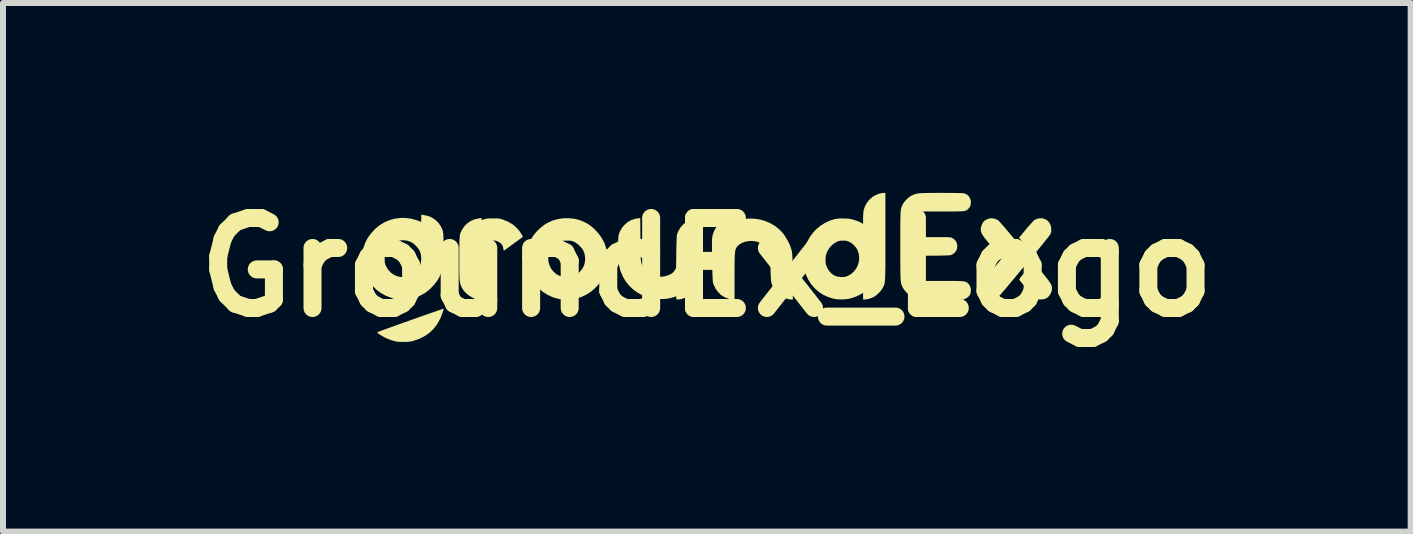
<source format=kicad_pcb>
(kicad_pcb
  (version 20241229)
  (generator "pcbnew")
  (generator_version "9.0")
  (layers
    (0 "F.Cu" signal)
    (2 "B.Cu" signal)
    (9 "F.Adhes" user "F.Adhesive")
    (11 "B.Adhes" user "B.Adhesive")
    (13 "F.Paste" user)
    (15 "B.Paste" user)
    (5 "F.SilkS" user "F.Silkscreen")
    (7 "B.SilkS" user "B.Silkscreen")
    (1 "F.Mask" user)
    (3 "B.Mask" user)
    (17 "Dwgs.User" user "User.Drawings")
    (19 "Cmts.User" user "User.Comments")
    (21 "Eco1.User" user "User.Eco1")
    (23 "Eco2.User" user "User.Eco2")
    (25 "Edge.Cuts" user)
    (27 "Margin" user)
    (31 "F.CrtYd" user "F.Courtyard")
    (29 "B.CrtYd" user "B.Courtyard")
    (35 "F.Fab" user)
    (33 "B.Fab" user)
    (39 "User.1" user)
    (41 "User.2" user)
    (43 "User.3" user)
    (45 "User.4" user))
  (footprint "GroundEx_Logo"
    (layer "F.Cu")
    (at 8.729 1.404)
    (property "Reference" "GroundEx_Logo" (at 0 0 0) (layer "F.SilkS") (effects (font (size 1.5 1.5) (thickness 0.3))))
    (attr board_only exclude_from_pos_files exclude_from_bom)
    (fp_poly (pts (xy 5.582 0.081) (xy 5.626 0.134) (xy 5.661 0.178) (xy 5.69 0.215) (xy 5.711 0.245) (xy 5.727 0.27) (xy 5.739 0.292) (xy 5.746 0.311) (xy 5.749 0.33) (xy 5.751 0.348) (xy 5.751 0.355) (xy 5.745 0.399) (xy 5.728 0.441) (xy 5.703 0.478) (xy 5.671 0.508) (xy 5.636 0.526) (xy 5.603 0.534) (xy 5.566 0.536) (xy 5.531 0.534) (xy 5.506 0.528) (xy 5.488 0.52) (xy 5.472 0.511) (xy 5.454 0.498) (xy 5.435 0.48) (xy 5.412 0.456) (xy 5.385 0.425) (xy 5.351 0.385) (xy 5.332 0.362) (xy 5.301 0.325) (xy 5.273 0.291) (xy 5.249 0.261) (xy 5.229 0.237) (xy 5.216 0.221) (xy 5.212 0.216) (xy 5.208 0.211) (xy 5.207 0.206) (xy 5.208 0.199) (xy 5.212 0.19) (xy 5.221 0.177) (xy 5.235 0.158) (xy 5.256 0.132) (xy 5.283 0.099) (xy 5.319 0.056) (xy 5.32 0.055) (xy 5.44 -0.09)) (stroke (width 0) (type solid)) (fill yes) (layer "F.SilkS"))
    (fp_poly (pts (xy 5.619 -0.809) (xy 5.66 -0.79) (xy 5.693 -0.76) (xy 5.719 -0.722) (xy 5.735 -0.677) (xy 5.74 -0.63) (xy 5.738 -0.597) (xy 5.733 -0.571) (xy 5.724 -0.552) (xy 5.717 -0.54) (xy 5.702 -0.52) (xy 5.682 -0.494) (xy 5.657 -0.463) (xy 5.629 -0.428) (xy 5.599 -0.391) (xy 5.569 -0.353) (xy 5.539 -0.317) (xy 5.511 -0.283) (xy 5.486 -0.254) (xy 5.465 -0.23) (xy 5.451 -0.214) (xy 5.443 -0.207) (xy 5.442 -0.207) (xy 5.436 -0.212) (xy 5.424 -0.226) (xy 5.405 -0.247) (xy 5.383 -0.273) (xy 5.368 -0.291) (xy 5.339 -0.326) (xy 5.308 -0.363) (xy 5.279 -0.398) (xy 5.255 -0.428) (xy 5.25 -0.434) (xy 5.202 -0.493) (xy 5.316 -0.63) (xy 5.348 -0.669) (xy 5.38 -0.704) (xy 5.408 -0.736) (xy 5.431 -0.761) (xy 5.449 -0.779) (xy 5.458 -0.787) (xy 5.482 -0.8) (xy 5.51 -0.81) (xy 5.524 -0.814) (xy 5.573 -0.818)) (stroke (width 0) (type solid)) (fill yes) (layer "F.SilkS"))
    (fp_poly (pts (xy -4.389 0.701) (xy -4.394 0.722) (xy -4.402 0.749) (xy -4.413 0.78) (xy -4.425 0.813) (xy -4.438 0.844) (xy -4.45 0.87) (xy -4.45 0.87) (xy -4.499 0.955) (xy -4.556 1.028) (xy -4.623 1.092) (xy -4.699 1.145) (xy -4.785 1.189) (xy -4.88 1.223) (xy -4.909 1.231) (xy -4.937 1.237) (xy -4.967 1.24) (xy -5.004 1.243) (xy -5.038 1.244) (xy -5.099 1.244) (xy -5.148 1.241) (xy -5.179 1.237) (xy -5.262 1.214) (xy -5.342 1.182) (xy -5.372 1.167) (xy -5.404 1.149) (xy -5.434 1.131) (xy -5.46 1.114) (xy -5.48 1.1) (xy -5.491 1.089) (xy -5.493 1.083) (xy -5.486 1.08) (xy -5.467 1.072) (xy -5.437 1.061) (xy -5.398 1.047) (xy -5.35 1.029) (xy -5.296 1.009) (xy -5.235 0.988) (xy -5.17 0.964) (xy -5.1 0.939) (xy -5.029 0.914) (xy -4.956 0.888) (xy -4.883 0.862) (xy -4.81 0.836) (xy -4.74 0.811) (xy -4.673 0.788) (xy -4.61 0.766) (xy -4.553 0.746) (xy -4.502 0.728) (xy -4.46 0.714) (xy -4.426 0.702) (xy -4.402 0.694) (xy -4.39 0.691) (xy -4.388 0.691)) (stroke (width 0) (type solid)) (fill yes) (layer "F.SilkS"))
    (fp_poly (pts (xy 4.792 -0.811) (xy 4.841 -0.791) (xy 4.846 -0.788) (xy 4.856 -0.781) (xy 4.871 -0.766) (xy 4.892 -0.744) (xy 4.918 -0.714) (xy 4.952 -0.676) (xy 4.992 -0.628) (xy 5.04 -0.571) (xy 5.096 -0.504) (xy 5.12 -0.475) (xy 5.166 -0.42) (xy 5.209 -0.367) (xy 5.249 -0.318) (xy 5.285 -0.274) (xy 5.316 -0.236) (xy 5.341 -0.204) (xy 5.359 -0.18) (xy 5.37 -0.166) (xy 5.372 -0.162) (xy 5.375 -0.139) (xy 5.37 -0.124) (xy 5.364 -0.115) (xy 5.35 -0.096) (xy 5.329 -0.069) (xy 5.302 -0.035) (xy 5.27 0.005) (xy 5.234 0.049) (xy 5.195 0.096) (xy 5.154 0.146) (xy 5.111 0.197) (xy 5.069 0.247) (xy 5.028 0.296) (xy 4.989 0.343) (xy 4.953 0.386) (xy 4.92 0.423) (xy 4.893 0.455) (xy 4.871 0.479) (xy 4.857 0.495) (xy 4.851 0.501) (xy 4.812 0.522) (xy 4.767 0.535) (xy 4.72 0.537) (xy 4.675 0.528) (xy 4.675 0.527) (xy 4.632 0.505) (xy 4.598 0.473) (xy 4.574 0.433) (xy 4.561 0.386) (xy 4.559 0.355) (xy 4.56 0.337) (xy 4.562 0.32) (xy 4.566 0.303) (xy 4.572 0.286) (xy 4.583 0.266) (xy 4.598 0.242) (xy 4.619 0.214) (xy 4.645 0.18) (xy 4.679 0.138) (xy 4.72 0.088) (xy 4.746 0.056) (xy 4.911 -0.145) (xy 4.755 -0.332) (xy 4.71 -0.387) (xy 4.671 -0.436) (xy 4.637 -0.478) (xy 4.611 -0.513) (xy 4.592 -0.54) (xy 4.582 -0.557) (xy 4.582 -0.558) (xy 4.566 -0.602) (xy 4.564 -0.645) (xy 4.574 -0.69) (xy 4.588 -0.722) (xy 4.602 -0.748) (xy 4.617 -0.767) (xy 4.635 -0.782) (xy 4.648 -0.79) (xy 4.695 -0.811) (xy 4.743 -0.818)) (stroke (width 0) (type solid)) (fill yes) (layer "F.SilkS"))
    (fp_poly (pts (xy -3.759 -0.818) (xy -3.754 -0.814) (xy -3.754 -0.805) (xy -3.754 -0.804) (xy -3.754 -0.787) (xy -3.707 -0.801) (xy -3.684 -0.807) (xy -3.66 -0.811) (xy -3.631 -0.814) (xy -3.594 -0.815) (xy -3.561 -0.815) (xy -3.52 -0.815) (xy -3.489 -0.814) (xy -3.465 -0.812) (xy -3.444 -0.808) (xy -3.423 -0.803) (xy -3.402 -0.796) (xy -3.318 -0.762) (xy -3.245 -0.721) (xy -3.182 -0.67) (xy -3.128 -0.611) (xy -3.092 -0.557) (xy -3.079 -0.534) (xy -3.07 -0.517) (xy -3.066 -0.508) (xy -3.066 -0.507) (xy -3.072 -0.503) (xy -3.088 -0.491) (xy -3.111 -0.474) (xy -3.142 -0.451) (xy -3.178 -0.425) (xy -3.219 -0.396) (xy -3.226 -0.39) (xy -3.384 -0.275) (xy -3.393 -0.318) (xy -3.4 -0.344) (xy -3.408 -0.367) (xy -3.415 -0.379) (xy -3.44 -0.405) (xy -3.474 -0.426) (xy -3.512 -0.441) (xy -3.53 -0.445) (xy -3.585 -0.446) (xy -3.633 -0.434) (xy -3.675 -0.411) (xy -3.709 -0.376) (xy -3.734 -0.334) (xy -3.75 -0.3) (xy -3.752 0.119) (xy -3.754 0.537) (xy -3.783 0.537) (xy -3.807 0.535) (xy -3.836 0.53) (xy -3.849 0.526) (xy -3.907 0.505) (xy -3.963 0.472) (xy -4.014 0.431) (xy -4.056 0.384) (xy -4.083 0.339) (xy -4.092 0.321) (xy -4.1 0.304) (xy -4.106 0.288) (xy -4.111 0.269) (xy -4.115 0.249) (xy -4.119 0.224) (xy -4.121 0.194) (xy -4.123 0.158) (xy -4.124 0.114) (xy -4.125 0.061) (xy -4.125 -0.002) (xy -4.125 -0.077) (xy -4.125 -0.141) (xy -4.125 -0.226) (xy -4.125 -0.298) (xy -4.124 -0.359) (xy -4.124 -0.41) (xy -4.122 -0.452) (xy -4.12 -0.487) (xy -4.118 -0.515) (xy -4.114 -0.539) (xy -4.11 -0.559) (xy -4.104 -0.576) (xy -4.097 -0.592) (xy -4.089 -0.609) (xy -4.083 -0.622) (xy -4.044 -0.681) (xy -3.995 -0.73) (xy -3.938 -0.77) (xy -3.873 -0.798) (xy -3.802 -0.815) (xy -3.793 -0.816) (xy -3.771 -0.819)) (stroke (width 0) (type solid)) (fill yes) (layer "F.SilkS"))
    (fp_poly (pts (xy -2.211 -0.809) (xy -2.124 -0.788) (xy -2.055 -0.761) (xy -2.004 -0.735) (xy -1.957 -0.706) (xy -1.912 -0.67) (xy -1.864 -0.627) (xy -1.799 -0.556) (xy -1.747 -0.481) (xy -1.706 -0.401) (xy -1.676 -0.312) (xy -1.672 -0.298) (xy -1.662 -0.24) (xy -1.657 -0.174) (xy -1.657 -0.105) (xy -1.663 -0.039) (xy -1.674 0.021) (xy -1.675 0.028) (xy -1.704 0.115) (xy -1.741 0.193) (xy -1.789 0.265) (xy -1.85 0.334) (xy -1.852 0.337) (xy -1.926 0.402) (xy -2.006 0.454) (xy -2.092 0.495) (xy -2.184 0.523) (xy -2.199 0.526) (xy -2.238 0.532) (xy -2.286 0.535) (xy -2.338 0.536) (xy -2.39 0.535) (xy -2.437 0.532) (xy -2.475 0.526) (xy -2.565 0.5) (xy -2.651 0.461) (xy -2.731 0.411) (xy -2.803 0.352) (xy -2.867 0.283) (xy -2.92 0.206) (xy -2.944 0.162) (xy -2.973 0.096) (xy -2.994 0.032) (xy -3.006 -0.036) (xy -3.011 -0.11) (xy -3.012 -0.138) (xy -3.011 -0.151) (xy -2.643 -0.151) (xy -2.639 -0.09) (xy -2.622 -0.031) (xy -2.594 0.024) (xy -2.554 0.074) (xy -2.503 0.118) (xy -2.501 0.119) (xy -2.456 0.142) (xy -2.404 0.158) (xy -2.348 0.165) (xy -2.291 0.164) (xy -2.245 0.154) (xy -2.193 0.133) (xy -2.144 0.1) (xy -2.108 0.065) (xy -2.07 0.016) (xy -2.044 -0.04) (xy -2.03 -0.1) (xy -2.028 -0.161) (xy -2.038 -0.223) (xy -2.057 -0.275) (xy -2.081 -0.314) (xy -2.115 -0.353) (xy -2.155 -0.388) (xy -2.196 -0.416) (xy -2.209 -0.422) (xy -2.23 -0.432) (xy -2.248 -0.438) (xy -2.265 -0.442) (xy -2.287 -0.444) (xy -2.317 -0.444) (xy -2.335 -0.444) (xy -2.37 -0.444) (xy -2.395 -0.443) (xy -2.414 -0.44) (xy -2.431 -0.435) (xy -2.451 -0.427) (xy -2.461 -0.422) (xy -2.503 -0.397) (xy -2.544 -0.363) (xy -2.58 -0.325) (xy -2.607 -0.285) (xy -2.612 -0.274) (xy -2.634 -0.213) (xy -2.643 -0.151) (xy -3.011 -0.151) (xy -3.01 -0.208) (xy -3.003 -0.269) (xy -2.991 -0.325) (xy -2.972 -0.382) (xy -2.965 -0.4) (xy -2.93 -0.471) (xy -2.883 -0.54) (xy -2.827 -0.606) (xy -2.764 -0.665) (xy -2.697 -0.716) (xy -2.65 -0.743) (xy -2.569 -0.779) (xy -2.483 -0.803) (xy -2.393 -0.817) (xy -2.301 -0.818)) (stroke (width 0) (type solid)) (fill yes) (layer "F.SilkS"))
    (fp_poly (pts (xy -0.138 -0.309) (xy -0.138 -0.207) (xy -0.138 -0.119) (xy -0.138 -0.041) (xy -0.139 0.025) (xy -0.139 0.081) (xy -0.14 0.129) (xy -0.142 0.169) (xy -0.144 0.202) (xy -0.146 0.23) (xy -0.149 0.253) (xy -0.153 0.272) (xy -0.157 0.288) (xy -0.162 0.302) (xy -0.168 0.316) (xy -0.175 0.33) (xy -0.18 0.339) (xy -0.203 0.374) (xy -0.233 0.411) (xy -0.268 0.446) (xy -0.303 0.476) (xy -0.337 0.497) (xy -0.339 0.498) (xy -0.379 0.514) (xy -0.421 0.528) (xy -0.461 0.535) (xy -0.484 0.537) (xy -0.5 0.536) (xy -0.508 0.532) (xy -0.51 0.518) (xy -0.51 0.51) (xy -0.51 0.483) (xy -0.548 0.496) (xy -0.607 0.513) (xy -0.667 0.524) (xy -0.732 0.529) (xy -0.806 0.528) (xy -0.852 0.526) (xy -0.889 0.523) (xy -0.92 0.518) (xy -0.95 0.512) (xy -0.968 0.507) (xy -1.062 0.473) (xy -1.148 0.427) (xy -1.226 0.372) (xy -1.294 0.307) (xy -1.353 0.234) (xy -1.401 0.152) (xy -1.439 0.063) (xy -1.464 -0.034) (xy -1.474 -0.092) (xy -1.477 -0.123) (xy -1.479 -0.164) (xy -1.48 -0.211) (xy -1.481 -0.263) (xy -1.481 -0.317) (xy -1.48 -0.37) (xy -1.479 -0.42) (xy -1.477 -0.465) (xy -1.475 -0.502) (xy -1.472 -0.529) (xy -1.47 -0.537) (xy -1.448 -0.6) (xy -1.414 -0.659) (xy -1.374 -0.706) (xy -1.321 -0.752) (xy -1.264 -0.785) (xy -1.201 -0.807) (xy -1.148 -0.816) (xy -1.11 -0.821) (xy -1.107 -0.467) (xy -1.107 -0.385) (xy -1.106 -0.316) (xy -1.105 -0.258) (xy -1.104 -0.21) (xy -1.103 -0.17) (xy -1.101 -0.137) (xy -1.099 -0.111) (xy -1.095 -0.089) (xy -1.091 -0.071) (xy -1.086 -0.055) (xy -1.08 -0.039) (xy -1.072 -0.023) (xy -1.063 -0.006) (xy -1.063 -0.005) (xy -1.03 0.047) (xy -0.987 0.089) (xy -0.936 0.122) (xy -0.88 0.145) (xy -0.819 0.157) (xy -0.754 0.158) (xy -0.689 0.147) (xy -0.67 0.141) (xy -0.622 0.124) (xy -0.586 0.104) (xy -0.558 0.081) (xy -0.537 0.053) (xy -0.534 0.048) (xy -0.513 0.01) (xy -0.509 -0.258) (xy -0.508 -0.338) (xy -0.506 -0.404) (xy -0.504 -0.457) (xy -0.503 -0.499) (xy -0.5 -0.529) (xy -0.498 -0.548) (xy -0.496 -0.554) (xy -0.473 -0.609) (xy -0.44 -0.662) (xy -0.403 -0.706) (xy -0.35 -0.752) (xy -0.293 -0.785) (xy -0.23 -0.806) (xy -0.176 -0.816) (xy -0.138 -0.821)) (stroke (width 0) (type solid)) (fill yes) (layer "F.SilkS"))
    (fp_poly (pts (xy 0.455 -0.791) (xy 0.455 -0.76) (xy 0.502 -0.776) (xy 0.592 -0.8) (xy 0.685 -0.811) (xy 0.777 -0.811) (xy 0.869 -0.799) (xy 0.957 -0.776) (xy 1.041 -0.742) (xy 1.12 -0.699) (xy 1.192 -0.645) (xy 1.255 -0.582) (xy 1.28 -0.552) (xy 1.312 -0.504) (xy 1.343 -0.451) (xy 1.371 -0.398) (xy 1.391 -0.349) (xy 1.392 -0.346) (xy 1.399 -0.324) (xy 1.406 -0.305) (xy 1.411 -0.286) (xy 1.416 -0.266) (xy 1.419 -0.245) (xy 1.422 -0.221) (xy 1.424 -0.192) (xy 1.426 -0.157) (xy 1.427 -0.116) (xy 1.428 -0.066) (xy 1.429 -0.006) (xy 1.43 0.064) (xy 1.43 0.147) (xy 1.431 0.16) (xy 1.433 0.537) (xy 1.408 0.537) (xy 1.374 0.534) (xy 1.333 0.524) (xy 1.291 0.509) (xy 1.257 0.494) (xy 1.219 0.468) (xy 1.179 0.434) (xy 1.144 0.395) (xy 1.116 0.356) (xy 1.111 0.347) (xy 1.099 0.324) (xy 1.089 0.302) (xy 1.082 0.281) (xy 1.076 0.259) (xy 1.071 0.232) (xy 1.068 0.201) (xy 1.065 0.162) (xy 1.063 0.113) (xy 1.061 0.054) (xy 1.061 0.028) (xy 1.059 -0.037) (xy 1.057 -0.093) (xy 1.054 -0.139) (xy 1.051 -0.174) (xy 1.049 -0.197) (xy 1.047 -0.203) (xy 1.022 -0.264) (xy 0.987 -0.319) (xy 0.944 -0.366) (xy 0.895 -0.401) (xy 0.847 -0.423) (xy 0.794 -0.435) (xy 0.738 -0.439) (xy 0.682 -0.435) (xy 0.628 -0.423) (xy 0.578 -0.403) (xy 0.536 -0.376) (xy 0.503 -0.343) (xy 0.498 -0.336) (xy 0.491 -0.324) (xy 0.485 -0.312) (xy 0.479 -0.299) (xy 0.475 -0.282) (xy 0.471 -0.262) (xy 0.468 -0.238) (xy 0.466 -0.207) (xy 0.464 -0.169) (xy 0.463 -0.123) (xy 0.462 -0.068) (xy 0.462 -0.002) (xy 0.461 0.076) (xy 0.461 0.161) (xy 0.461 0.537) (xy 0.432 0.537) (xy 0.409 0.534) (xy 0.38 0.529) (xy 0.362 0.524) (xy 0.294 0.498) (xy 0.236 0.461) (xy 0.186 0.413) (xy 0.144 0.355) (xy 0.112 0.286) (xy 0.105 0.269) (xy 0.103 0.259) (xy 0.1 0.244) (xy 0.098 0.224) (xy 0.097 0.197) (xy 0.095 0.162) (xy 0.093 0.118) (xy 0.092 0.063) (xy 0.09 -0.002) (xy 0.089 -0.08) (xy 0.088 -0.09) (xy 0.087 -0.157) (xy 0.086 -0.223) (xy 0.085 -0.284) (xy 0.085 -0.34) (xy 0.085 -0.388) (xy 0.085 -0.427) (xy 0.085 -0.455) (xy 0.085 -0.47) (xy 0.097 -0.54) (xy 0.12 -0.605) (xy 0.154 -0.664) (xy 0.198 -0.715) (xy 0.251 -0.757) (xy 0.312 -0.789) (xy 0.379 -0.81) (xy 0.415 -0.816) (xy 0.455 -0.821)) (stroke (width 0) (type solid)) (fill yes) (layer "F.SilkS"))
    (fp_poly (pts (xy -4.72 -0.871) (xy -4.648 -0.856) (xy -4.582 -0.829) (xy -4.524 -0.79) (xy -4.474 -0.742) (xy -4.433 -0.683) (xy -4.429 -0.675) (xy -4.419 -0.654) (xy -4.41 -0.635) (xy -4.403 -0.615) (xy -4.398 -0.593) (xy -4.394 -0.567) (xy -4.391 -0.536) (xy -4.389 -0.499) (xy -4.388 -0.453) (xy -4.388 -0.397) (xy -4.388 -0.33) (xy -4.389 -0.279) (xy -4.39 -0.212) (xy -4.39 -0.156) (xy -4.391 -0.111) (xy -4.392 -0.076) (xy -4.393 -0.048) (xy -4.395 -0.026) (xy -4.397 -0.008) (xy -4.4 0.007) (xy -4.403 0.02) (xy -4.407 0.033) (xy -4.432 0.106) (xy -4.46 0.169) (xy -4.487 0.214) (xy -4.547 0.294) (xy -4.615 0.364) (xy -4.689 0.423) (xy -4.77 0.469) (xy -4.856 0.504) (xy -4.947 0.526) (xy -5.042 0.536) (xy -5.139 0.532) (xy -5.176 0.527) (xy -5.267 0.506) (xy -5.353 0.473) (xy -5.434 0.428) (xy -5.508 0.372) (xy -5.574 0.306) (xy -5.632 0.231) (xy -5.68 0.148) (xy -5.682 0.144) (xy -5.702 0.098) (xy -5.717 0.057) (xy -5.728 0.016) (xy -5.735 -0.027) (xy -5.739 -0.077) (xy -5.74 -0.137) (xy -5.74 -0.141) (xy -5.74 -0.145) (xy -5.369 -0.145) (xy -5.368 -0.11) (xy -5.367 -0.084) (xy -5.364 -0.065) (xy -5.359 -0.048) (xy -5.351 -0.029) (xy -5.346 -0.019) (xy -5.313 0.038) (xy -5.27 0.085) (xy -5.22 0.122) (xy -5.164 0.148) (xy -5.104 0.162) (xy -5.041 0.164) (xy -4.999 0.158) (xy -4.945 0.14) (xy -4.894 0.11) (xy -4.847 0.071) (xy -4.808 0.025) (xy -4.801 0.015) (xy -4.777 -0.036) (xy -4.763 -0.092) (xy -4.759 -0.151) (xy -4.765 -0.21) (xy -4.782 -0.265) (xy -4.785 -0.271) (xy -4.81 -0.313) (xy -4.843 -0.353) (xy -4.881 -0.389) (xy -4.921 -0.416) (xy -4.932 -0.422) (xy -4.992 -0.443) (xy -5.053 -0.451) (xy -5.113 -0.447) (xy -5.172 -0.431) (xy -5.226 -0.405) (xy -5.275 -0.368) (xy -5.317 -0.321) (xy -5.347 -0.269) (xy -5.357 -0.248) (xy -5.363 -0.231) (xy -5.366 -0.213) (xy -5.368 -0.19) (xy -5.369 -0.159) (xy -5.369 -0.145) (xy -5.74 -0.145) (xy -5.74 -0.187) (xy -5.739 -0.223) (xy -5.737 -0.251) (xy -5.734 -0.274) (xy -5.73 -0.297) (xy -5.725 -0.317) (xy -5.695 -0.404) (xy -5.653 -0.486) (xy -5.598 -0.563) (xy -5.531 -0.636) (xy -5.526 -0.641) (xy -5.453 -0.701) (xy -5.374 -0.749) (xy -5.29 -0.786) (xy -5.201 -0.81) (xy -5.11 -0.822) (xy -5.017 -0.822) (xy -4.923 -0.809) (xy -4.83 -0.783) (xy -4.802 -0.772) (xy -4.782 -0.764) (xy -4.767 -0.759) (xy -4.762 -0.758) (xy -4.761 -0.764) (xy -4.76 -0.781) (xy -4.759 -0.805) (xy -4.759 -0.817) (xy -4.759 -0.876)) (stroke (width 0) (type solid)) (fill yes) (layer "F.SilkS"))
    (fp_poly (pts (xy 2.975 -0.515) (xy 2.975 -0.396) (xy 2.975 -0.289) (xy 2.975 -0.195) (xy 2.975 -0.112) (xy 2.975 -0.04) (xy 2.974 0.023) (xy 2.973 0.077) (xy 2.972 0.123) (xy 2.971 0.162) (xy 2.969 0.195) (xy 2.967 0.222) (xy 2.965 0.244) (xy 2.962 0.263) (xy 2.959 0.278) (xy 2.955 0.292) (xy 2.95 0.304) (xy 2.945 0.315) (xy 2.939 0.327) (xy 2.933 0.339) (xy 2.911 0.374) (xy 2.881 0.411) (xy 2.845 0.447) (xy 2.809 0.477) (xy 2.774 0.498) (xy 2.734 0.514) (xy 2.692 0.528) (xy 2.652 0.535) (xy 2.629 0.537) (xy 2.603 0.537) (xy 2.603 0.482) (xy 2.603 0.426) (xy 2.574 0.444) (xy 2.506 0.479) (xy 2.426 0.509) (xy 2.411 0.514) (xy 2.355 0.527) (xy 2.292 0.534) (xy 2.226 0.536) (xy 2.162 0.532) (xy 2.114 0.524) (xy 2.024 0.497) (xy 1.94 0.459) (xy 1.864 0.409) (xy 1.796 0.349) (xy 1.737 0.28) (xy 1.687 0.201) (xy 1.647 0.115) (xy 1.624 0.043) (xy 1.614 -0.01) (xy 1.608 -0.071) (xy 1.606 -0.134) (xy 1.606 -0.134) (xy 1.978 -0.134) (xy 1.978 -0.101) (xy 1.978 -0.1) (xy 1.981 -0.065) (xy 1.987 -0.038) (xy 1.998 -0.009) (xy 2.005 0.007) (xy 2.038 0.062) (xy 2.078 0.105) (xy 2.124 0.137) (xy 2.178 0.156) (xy 2.238 0.163) (xy 2.257 0.163) (xy 2.289 0.161) (xy 2.315 0.156) (xy 2.34 0.147) (xy 2.36 0.138) (xy 2.413 0.104) (xy 2.458 0.061) (xy 2.494 0.011) (xy 2.52 -0.046) (xy 2.535 -0.106) (xy 2.538 -0.167) (xy 2.53 -0.229) (xy 2.51 -0.288) (xy 2.485 -0.329) (xy 2.45 -0.369) (xy 2.409 -0.403) (xy 2.377 -0.422) (xy 2.353 -0.433) (xy 2.333 -0.44) (xy 2.313 -0.443) (xy 2.286 -0.444) (xy 2.269 -0.444) (xy 2.237 -0.444) (xy 2.214 -0.441) (xy 2.193 -0.436) (xy 2.171 -0.427) (xy 2.161 -0.422) (xy 2.107 -0.389) (xy 2.061 -0.346) (xy 2.023 -0.295) (xy 1.995 -0.237) (xy 1.983 -0.194) (xy 1.979 -0.167) (xy 1.978 -0.134) (xy 1.606 -0.134) (xy 1.609 -0.196) (xy 1.614 -0.239) (xy 1.638 -0.337) (xy 1.673 -0.428) (xy 1.721 -0.512) (xy 1.78 -0.589) (xy 1.823 -0.634) (xy 1.896 -0.695) (xy 1.976 -0.744) (xy 2.061 -0.782) (xy 2.137 -0.804) (xy 2.177 -0.81) (xy 2.226 -0.814) (xy 2.279 -0.814) (xy 2.331 -0.812) (xy 2.378 -0.808) (xy 2.401 -0.803) (xy 2.449 -0.791) (xy 2.498 -0.774) (xy 2.543 -0.756) (xy 2.574 -0.74) (xy 2.603 -0.723) (xy 2.603 -0.814) (xy 2.604 -0.857) (xy 2.607 -0.899) (xy 2.61 -0.934) (xy 2.613 -0.952) (xy 2.633 -1.013) (xy 2.665 -1.072) (xy 2.706 -1.125) (xy 2.756 -1.17) (xy 2.773 -1.182) (xy 2.808 -1.201) (xy 2.848 -1.218) (xy 2.889 -1.231) (xy 2.927 -1.239) (xy 2.945 -1.24) (xy 2.975 -1.24)) (stroke (width 0) (type solid)) (fill yes) (layer "F.SilkS"))
    (fp_poly (pts (xy 4.001 -1.239) (xy 4.08 -1.239) (xy 4.148 -1.238) (xy 4.202 -1.237) (xy 4.244 -1.236) (xy 4.272 -1.234) (xy 4.287 -1.232) (xy 4.287 -1.232) (xy 4.329 -1.214) (xy 4.363 -1.186) (xy 4.383 -1.155) (xy 4.398 -1.113) (xy 4.4 -1.07) (xy 4.392 -1.029) (xy 4.374 -0.993) (xy 4.346 -0.963) (xy 4.31 -0.942) (xy 4.298 -0.938) (xy 4.285 -0.936) (xy 4.261 -0.934) (xy 4.225 -0.932) (xy 4.177 -0.931) (xy 4.117 -0.93) (xy 4.044 -0.93) (xy 3.958 -0.93) (xy 3.934 -0.93) (xy 3.595 -0.93) (xy 3.595 -0.716) (xy 3.595 -0.503) (xy 3.827 -0.503) (xy 3.89 -0.503) (xy 3.941 -0.503) (xy 3.981 -0.502) (xy 4.012 -0.502) (xy 4.035 -0.5) (xy 4.052 -0.499) (xy 4.065 -0.497) (xy 4.075 -0.494) (xy 4.084 -0.491) (xy 4.089 -0.488) (xy 4.125 -0.464) (xy 4.151 -0.433) (xy 4.167 -0.396) (xy 4.173 -0.357) (xy 4.17 -0.318) (xy 4.157 -0.28) (xy 4.133 -0.247) (xy 4.101 -0.22) (xy 4.084 -0.211) (xy 4.075 -0.207) (xy 4.065 -0.204) (xy 4.053 -0.201) (xy 4.037 -0.199) (xy 4.016 -0.198) (xy 3.988 -0.197) (xy 3.951 -0.196) (xy 3.904 -0.195) (xy 3.845 -0.194) (xy 3.824 -0.194) (xy 3.595 -0.192) (xy 3.595 0.018) (xy 3.595 0.227) (xy 3.931 0.227) (xy 4.013 0.227) (xy 4.083 0.227) (xy 4.141 0.228) (xy 4.189 0.229) (xy 4.228 0.23) (xy 4.259 0.232) (xy 4.284 0.235) (xy 4.303 0.239) (xy 4.318 0.244) (xy 4.331 0.251) (xy 4.341 0.258) (xy 4.351 0.268) (xy 4.36 0.276) (xy 4.385 0.312) (xy 4.398 0.354) (xy 4.399 0.403) (xy 4.39 0.445) (xy 4.368 0.481) (xy 4.335 0.509) (xy 4.319 0.518) (xy 4.281 0.537) (xy 3.909 0.537) (xy 3.824 0.537) (xy 3.752 0.536) (xy 3.692 0.536) (xy 3.642 0.535) (xy 3.601 0.534) (xy 3.568 0.533) (xy 3.543 0.532) (xy 3.524 0.53) (xy 3.509 0.528) (xy 3.499 0.526) (xy 3.47 0.517) (xy 3.439 0.505) (xy 3.423 0.497) (xy 3.389 0.476) (xy 3.353 0.447) (xy 3.319 0.412) (xy 3.288 0.375) (xy 3.266 0.341) (xy 3.265 0.339) (xy 3.258 0.325) (xy 3.252 0.312) (xy 3.246 0.299) (xy 3.242 0.285) (xy 3.237 0.269) (xy 3.234 0.251) (xy 3.231 0.229) (xy 3.229 0.202) (xy 3.227 0.17) (xy 3.226 0.132) (xy 3.225 0.086) (xy 3.224 0.031) (xy 3.224 -0.032) (xy 3.223 -0.106) (xy 3.223 -0.192) (xy 3.223 -0.289) (xy 3.223 -0.358) (xy 3.223 -0.464) (xy 3.223 -0.556) (xy 3.223 -0.636) (xy 3.224 -0.706) (xy 3.224 -0.765) (xy 3.225 -0.816) (xy 3.226 -0.859) (xy 3.227 -0.894) (xy 3.229 -0.923) (xy 3.231 -0.948) (xy 3.234 -0.968) (xy 3.238 -0.984) (xy 3.242 -0.999) (xy 3.247 -1.012) (xy 3.252 -1.025) (xy 3.258 -1.038) (xy 3.263 -1.047) (xy 3.284 -1.082) (xy 3.316 -1.119) (xy 3.352 -1.154) (xy 3.391 -1.183) (xy 3.416 -1.197) (xy 3.435 -1.206) (xy 3.452 -1.214) (xy 3.47 -1.22) (xy 3.49 -1.225) (xy 3.512 -1.229) (xy 3.538 -1.233) (xy 3.57 -1.235) (xy 3.609 -1.237) (xy 3.655 -1.238) (xy 3.71 -1.239) (xy 3.776 -1.239) (xy 3.854 -1.24) (xy 3.908 -1.24)) (stroke (width 0) (type solid)) (fill yes) (layer "F.SilkS")))
  (gr_rect
    (start -3 -3)
    (end 20.457 5.808)
    (stroke (width 0.1) (type default))
    (fill no)
    (layer "Edge.Cuts")))
</source>
